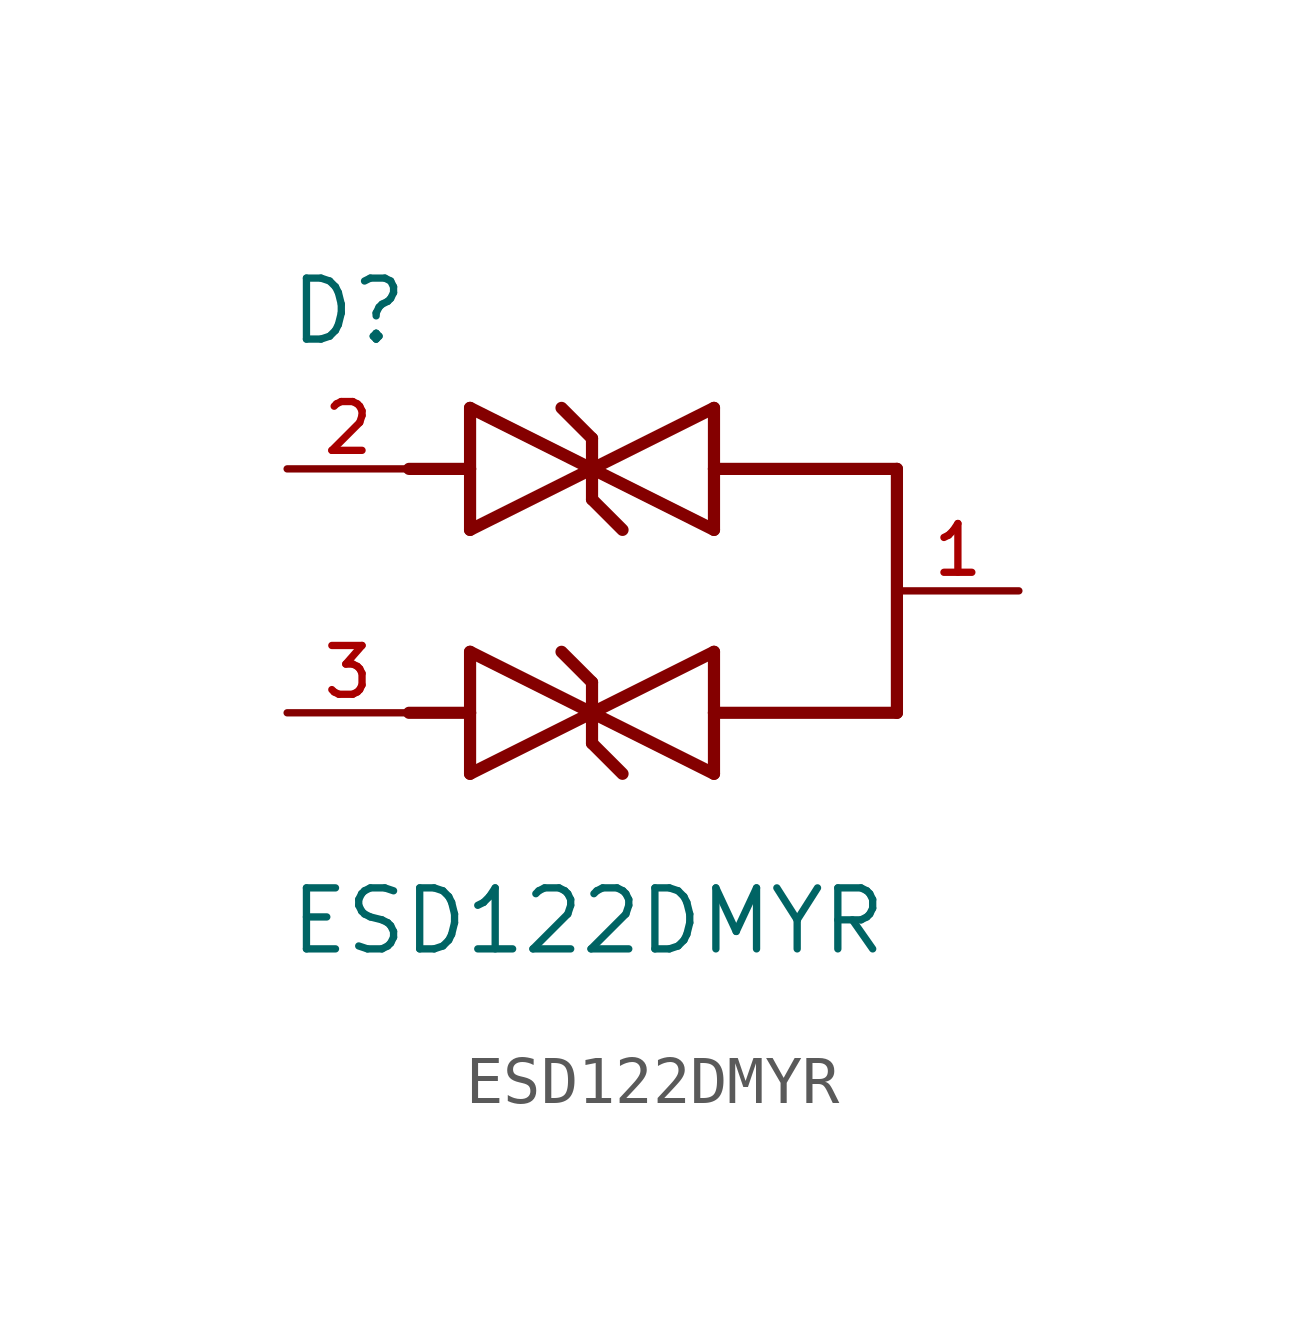
<source format=kicad_sym>
(kicad_symbol_lib
  (version 20211014)
  (generator kicad_symbol_editor)
  (symbol "ESD122DMYR"
    (pin_names
      (offset 1.016))
    (property "Reference" "D"
      (at -7.62 5.08 0)
      (effects (font (size 1.27 1.27)) (justify bottom left)))
    (property "Value" "ESD122DMYR"
      (at -7.62 -7.62 0)
      (effects (font (size 1.27 1.27)) (justify bottom left)))
    (symbol "ESD122DMYR_0_0"
      (polyline (pts (xy -3.81 1.27) (xy -1.27 2.54)) (stroke (width 0.254)))
      (polyline (pts (xy -1.27 2.54) (xy -3.81 3.81)) (stroke (width 0.254)))
      (polyline (pts (xy -3.81 3.81) (xy -3.81 2.54)) (stroke (width 0.254)))
      (polyline (pts (xy -3.81 2.54) (xy -3.81 1.27)) (stroke (width 0.254)))
      (polyline (pts (xy 1.27 3.81) (xy -1.27 2.54)) (stroke (width 0.254)))
      (polyline (pts (xy -1.27 2.54) (xy 1.27 1.27)) (stroke (width 0.254)))
      (polyline (pts (xy -1.27 1.905) (xy -1.27 2.54)) (stroke (width 0.254)))
      (polyline (pts (xy 1.27 1.27) (xy 1.27 2.54)) (stroke (width 0.254)))
      (polyline (pts (xy 1.27 2.54) (xy 1.27 3.81)) (stroke (width 0.254)))
      (polyline (pts (xy -1.27 2.54) (xy -1.27 3.175)) (stroke (width 0.254)))
      (polyline (pts (xy -0.635 1.27) (xy -1.27 1.905)) (stroke (width 0.254)))
      (polyline (pts (xy -1.27 3.175) (xy -1.905 3.81)) (stroke (width 0.254)))
      (polyline (pts (xy -5.08 2.54) (xy -3.81 2.54)) (stroke (width 0.254)))
      (polyline (pts (xy -3.81 -3.81) (xy -1.27 -2.54)) (stroke (width 0.254)))
      (polyline (pts (xy -1.27 -2.54) (xy -3.81 -1.27)) (stroke (width 0.254)))
      (polyline (pts (xy -3.81 -1.27) (xy -3.81 -2.54)) (stroke (width 0.254)))
      (polyline (pts (xy -3.81 -2.54) (xy -3.81 -3.81)) (stroke (width 0.254)))
      (polyline (pts (xy 1.27 -1.27) (xy -1.27 -2.54)) (stroke (width 0.254)))
      (polyline (pts (xy -1.27 -2.54) (xy 1.27 -3.81)) (stroke (width 0.254)))
      (polyline (pts (xy -1.27 -3.175) (xy -1.27 -2.54)) (stroke (width 0.254)))
      (polyline (pts (xy 1.27 -3.81) (xy 1.27 -2.54)) (stroke (width 0.254)))
      (polyline (pts (xy 1.27 -2.54) (xy 1.27 -1.27)) (stroke (width 0.254)))
      (polyline (pts (xy -1.27 -2.54) (xy -1.27 -1.905)) (stroke (width 0.254)))
      (polyline (pts (xy -0.635 -3.81) (xy -1.27 -3.175)) (stroke (width 0.254)))
      (polyline (pts (xy -1.27 -1.905) (xy -1.905 -1.27)) (stroke (width 0.254)))
      (polyline (pts (xy -5.08 -2.54) (xy -3.81 -2.54)) (stroke (width 0.254)))
      (polyline (pts (xy 1.27 2.54) (xy 5.08 2.54)) (stroke (width 0.254)))
      (polyline (pts (xy 5.08 -2.54) (xy 1.27 -2.54)) (stroke (width 0.254)))
      (rectangle (start 5.08 -2.54) (end 5.08 2.54) (stroke (width 0.254)) (fill (type background)))
      (pin power_in line (at 7.62 0.0 180.0) (length 2.54) (name "~" (effects (font (size 1.016 1.016)))) (number "1" (effects (font (size 1.016 1.016)))))
      (pin passive line (at -7.62 -2.54 0) (length 2.54) (name "~" (effects (font (size 1.016 1.016)))) (number "3" (effects (font (size 1.016 1.016)))))
      (pin passive line (at -7.62 2.54 0) (length 2.54) (name "~" (effects (font (size 1.016 1.016)))) (number "2" (effects (font (size 1.016 1.016))))))))
</source>
